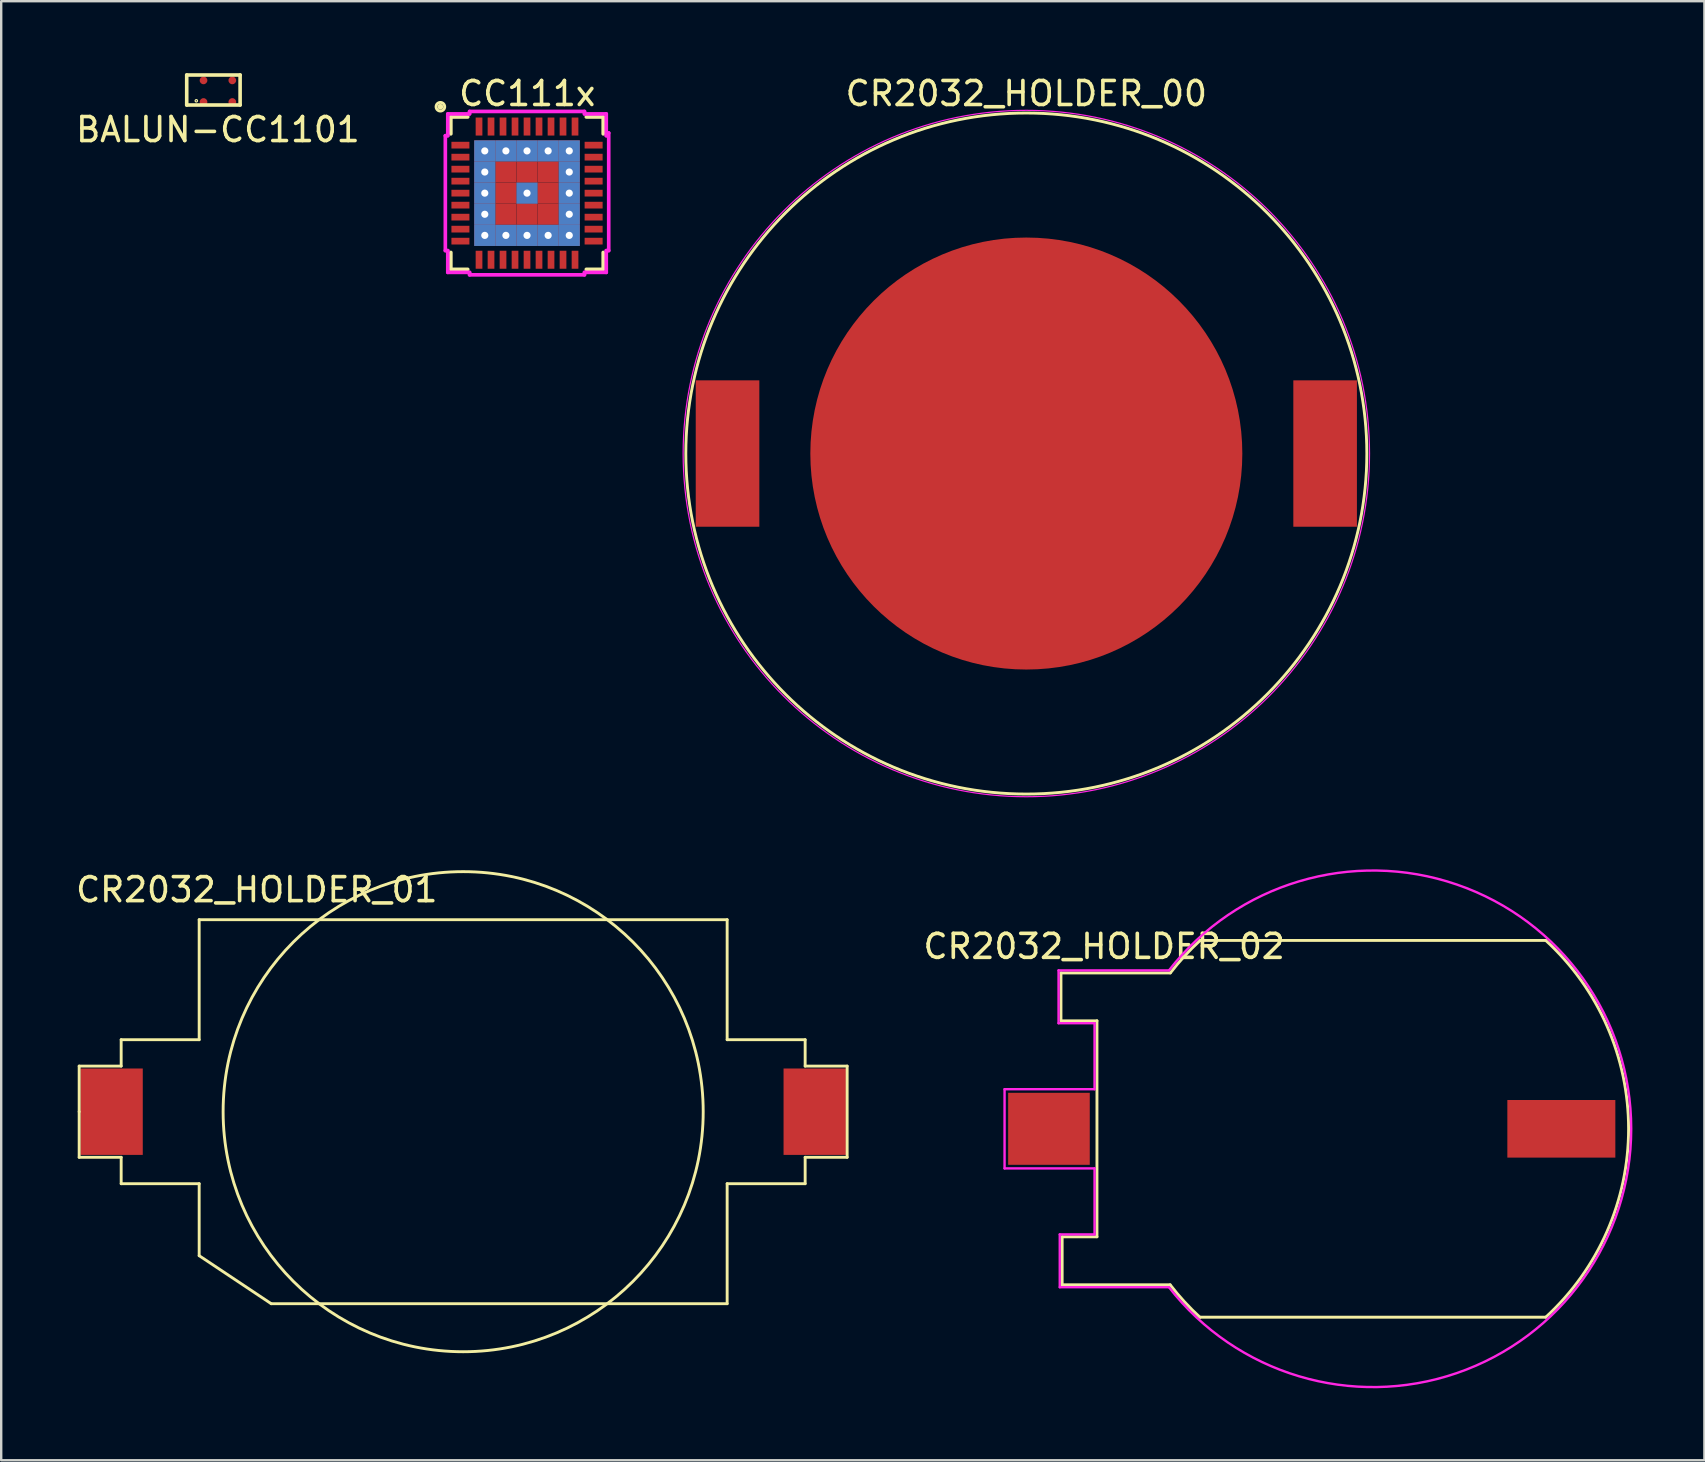
<source format=kicad_pcb>
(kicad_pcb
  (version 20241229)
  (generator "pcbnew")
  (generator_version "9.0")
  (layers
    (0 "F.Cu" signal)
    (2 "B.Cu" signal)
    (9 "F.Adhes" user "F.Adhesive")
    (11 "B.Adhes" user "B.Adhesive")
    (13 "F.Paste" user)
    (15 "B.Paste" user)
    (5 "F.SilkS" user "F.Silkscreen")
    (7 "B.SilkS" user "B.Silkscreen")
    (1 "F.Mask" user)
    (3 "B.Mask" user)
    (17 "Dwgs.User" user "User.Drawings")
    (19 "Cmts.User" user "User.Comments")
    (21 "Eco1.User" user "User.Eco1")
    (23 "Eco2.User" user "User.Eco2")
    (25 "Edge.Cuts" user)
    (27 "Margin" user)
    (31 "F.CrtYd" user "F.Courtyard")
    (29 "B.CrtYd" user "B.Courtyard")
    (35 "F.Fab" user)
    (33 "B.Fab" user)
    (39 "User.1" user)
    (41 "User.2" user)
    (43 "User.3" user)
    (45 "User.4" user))
  (footprint "CR2032_HOLDER_00"
    (layer "F.Cu")
    (at 39.715 15.848)
    (property "Reference" "CR2032_HOLDER_00" (at 0 -15 0) (layer "F.SilkS") (effects (font (size 1 1) (thickness 0.15))))
    (attr through_hole)
    (fp_circle (center 0 0) (end -13.75 -3.5) (stroke (width 0.12) (type solid)) (fill no) (layer "F.SilkS"))
    (fp_circle (center 0 0) (end 14.3 0) (stroke (width 0.05) (type solid)) (fill no) (layer "F.CrtYd"))
    (pad "1" smd trapezoid (at -12.45 0) (size 2.65 6.1) (layers "F.Cu" "F.Mask" "F.Paste"))
    (pad "1" smd trapezoid (at 12.45 0) (size 2.65 6.1) (layers "F.Cu" "F.Mask" "F.Paste"))
    (pad "2" smd circle (at 0 0) (size 18 18) (layers "F.Cu" "F.Mask")))
  (footprint "CR2032_HOLDER_01"
    (layer "F.Cu")
    (at 16.249 43.272)
    (property "Reference" "CR2032_HOLDER_01" (at -8.6 -9.25 180) (layer "F.SilkS") (effects (font (size 1 1) (thickness 0.15))))
    (attr through_hole)
    (fp_line (start -16 -1.9) (end -14.25 -1.9) (stroke (width 0.12) (type solid)) (layer "F.SilkS"))
    (fp_line (start -16 0) (end -16 -1.9) (stroke (width 0.12) (type solid)) (layer "F.SilkS"))
    (fp_line (start -16 0) (end -16 1.9) (stroke (width 0.12) (type solid)) (layer "F.SilkS"))
    (fp_line (start -16 1.9) (end -14.25 1.9) (stroke (width 0.12) (type solid)) (layer "F.SilkS"))
    (fp_line (start -14.25 -3) (end -11 -3) (stroke (width 0.12) (type solid)) (layer "F.SilkS"))
    (fp_line (start -14.25 -1.9) (end -14.25 -3) (stroke (width 0.12) (type solid)) (layer "F.SilkS"))
    (fp_line (start -14.25 1.9) (end -14.25 3) (stroke (width 0.12) (type solid)) (layer "F.SilkS"))
    (fp_line (start -14.25 3) (end -11 3) (stroke (width 0.12) (type solid)) (layer "F.SilkS"))
    (fp_line (start -11 -8) (end 11 -8) (stroke (width 0.12) (type solid)) (layer "F.SilkS"))
    (fp_line (start -11 -3) (end -11 -8) (stroke (width 0.12) (type solid)) (layer "F.SilkS"))
    (fp_line (start -11 3) (end -11 6) (stroke (width 0.12) (type solid)) (layer "F.SilkS"))
    (fp_line (start -8 8) (end -11 6) (stroke (width 0.12) (type solid)) (layer "F.SilkS"))
    (fp_line (start 11 -8) (end 11 -3) (stroke (width 0.12) (type solid)) (layer "F.SilkS"))
    (fp_line (start 11 -3) (end 14.25 -3) (stroke (width 0.12) (type solid)) (layer "F.SilkS"))
    (fp_line (start 11 3) (end 11 8) (stroke (width 0.12) (type solid)) (layer "F.SilkS"))
    (fp_line (start 11 8) (end -8 8) (stroke (width 0.12) (type solid)) (layer "F.SilkS"))
    (fp_line (start 14.25 -3) (end 14.25 -1.9) (stroke (width 0.12) (type solid)) (layer "F.SilkS"))
    (fp_line (start 14.25 -1.9) (end 16 -1.9) (stroke (width 0.12) (type solid)) (layer "F.SilkS"))
    (fp_line (start 14.25 1.9) (end 14.25 3) (stroke (width 0.12) (type solid)) (layer "F.SilkS"))
    (fp_line (start 14.25 3) (end 11 3) (stroke (width 0.12) (type solid)) (layer "F.SilkS"))
    (fp_line (start 16 -1.9) (end 16 1.9) (stroke (width 0.12) (type solid)) (layer "F.SilkS"))
    (fp_line (start 16 1.9) (end 14.25 1.9) (stroke (width 0.12) (type solid)) (layer "F.SilkS"))
    (fp_circle (center 0 0) (end -0.2 10) (stroke (width 0.12) (type solid)) (fill no) (layer "F.SilkS"))
    (pad "1" smd trapezoid (at -14.65 0 180) (size 2.6 3.6) (layers "F.Cu" "F.Mask" "F.Paste"))
    (pad "2" smd trapezoid (at 14.65 0 180) (size 2.6 3.6) (layers "F.Cu" "F.Mask" "F.Paste")))
  (footprint "CR2032_HOLDER_02"
    (layer "F.Cu")
    (at 54.158 43.985)
    (property "Reference" "CR2032_HOLDER_02" (at -11.2 -7.6 180) (layer "F.SilkS") (effects (font (size 1 1) (thickness 0.15))))
    (attr through_hole)
    (fp_line (start -13 -4.55) (end -13 -6.495) (stroke (width 0.12) (type solid)) (layer "F.SilkS"))
    (fp_line (start -12.95 4.5) (end -11.5 4.5) (stroke (width 0.12) (type solid)) (layer "F.SilkS"))
    (fp_line (start -12.95 6.5) (end -12.95 4.5) (stroke (width 0.12) (type solid)) (layer "F.SilkS"))
    (fp_line (start -11.5 -4.5) (end -13 -4.5) (stroke (width 0.12) (type solid)) (layer "F.SilkS"))
    (fp_line (start -11.5 4.5) (end -11.5 -4.5) (stroke (width 0.12) (type solid)) (layer "F.SilkS"))
    (fp_line (start -8.45 6.5) (end -12.95 6.5) (stroke (width 0.12) (type solid)) (layer "F.SilkS"))
    (fp_line (start -8.443 -6.495) (end -13 -6.495) (stroke (width 0.12) (type solid)) (layer "F.SilkS"))
    (fp_line (start -7.2 -7.85) (end 7.2 -7.85) (stroke (width 0.12) (type solid)) (layer "F.SilkS"))
    (fp_line (start 7.2 7.85) (end -7.2 7.85) (stroke (width 0.12) (type solid)) (layer "F.SilkS"))
    (fp_arc (start -8.442933 -6.494564) (mid -7.850773 -7.199156) (end -7.199999 -7.849999) (stroke (width 0.12) (type solid)) (layer "F.SilkS"))
    (fp_arc (start -7.206025 7.856569) (mid -7.857343 7.205181) (end -8.449999 6.499999) (stroke (width 0.12) (type solid)) (layer "F.SilkS"))
    (fp_arc (start 7.199999 -7.849999) (mid 10.651876 0) (end 7.199999 7.849999) (stroke (width 0.12) (type solid)) (layer "F.SilkS"))
    (fp_line (start -15.35 -1.65) (end -15.35 1.65) (stroke (width 0.1) (type solid)) (layer "F.CrtYd"))
    (fp_line (start -15.35 1.65) (end -11.6 1.65) (stroke (width 0.1) (type solid)) (layer "F.CrtYd"))
    (fp_line (start -13.1 -6.6) (end -13.1 -4.4) (stroke (width 0.1) (type solid)) (layer "F.CrtYd"))
    (fp_line (start -13.1 -4.4) (end -11.6 -4.4) (stroke (width 0.1) (type solid)) (layer "F.CrtYd"))
    (fp_line (start -13.05 4.4) (end -13.05 6.6) (stroke (width 0.1) (type solid)) (layer "F.CrtYd"))
    (fp_line (start -13.05 6.6) (end -8.5 6.6) (stroke (width 0.1) (type solid)) (layer "F.CrtYd"))
    (fp_line (start -11.6 -4.4) (end -11.6 -1.65) (stroke (width 0.1) (type solid)) (layer "F.CrtYd"))
    (fp_line (start -11.6 -1.65) (end -15.35 -1.65) (stroke (width 0.1) (type solid)) (layer "F.CrtYd"))
    (fp_line (start -11.6 1.65) (end -11.6 4.4) (stroke (width 0.1) (type solid)) (layer "F.CrtYd"))
    (fp_line (start -11.6 4.4) (end -13.05 4.4) (stroke (width 0.1) (type solid)) (layer "F.CrtYd"))
    (fp_line (start -8.5 -6.6) (end -13.1 -6.6) (stroke (width 0.1) (type solid)) (layer "F.CrtYd"))
    (fp_arc (start -8.494994 -6.60644) (mid 10.761503 0.004078) (end -8.499999 6.599999) (stroke (width 0.1) (type solid)) (layer "F.CrtYd"))
    (pad "1" smd trapezoid (at -13.5 0 180) (size 3.4 3) (layers "F.Cu" "F.Mask" "F.Paste"))
    (pad "2" smd trapezoid (at 7.85 0 180) (size 4.5 2.4) (layers "F.Cu" "F.Mask" "F.Paste")))
  (footprint "CC111x"
    (layer "F.Cu")
    (at 18.91 4.998)
    (property "Reference" "CC111x" (at 0.01 -4.15 0) (layer "F.SilkS") (effects (font (size 1 1) (thickness 0.15))))
    (attr through_hole)
    (fp_line (start -3.175 -3.175) (end -3.175 -2.471) (stroke (width 0.152) (type solid)) (layer "F.SilkS"))
    (fp_line (start -3.175 2.471) (end -3.175 3.175) (stroke (width 0.152) (type solid)) (layer "F.SilkS"))
    (fp_line (start -3.175 3.175) (end -2.471 3.175) (stroke (width 0.152) (type solid)) (layer "F.SilkS"))
    (fp_line (start -2.471 -3.175) (end -3.175 -3.175) (stroke (width 0.152) (type solid)) (layer "F.SilkS"))
    (fp_line (start 2.471 3.175) (end 3.175 3.175) (stroke (width 0.152) (type solid)) (layer "F.SilkS"))
    (fp_line (start 3.175 -3.175) (end 2.471 -3.175) (stroke (width 0.152) (type solid)) (layer "F.SilkS"))
    (fp_line (start 3.175 -2.471) (end 3.175 -3.175) (stroke (width 0.152) (type solid)) (layer "F.SilkS"))
    (fp_line (start 3.175 3.175) (end 3.175 2.471) (stroke (width 0.152) (type solid)) (layer "F.SilkS"))
    (fp_circle (center -3.61 -3.6) (end -3.62 -3.78) (stroke (width 0.12) (type solid)) (fill no) (layer "F.SilkS"))
    (fp_circle (center -3.61 -3.6) (end -3.62 -3.66) (stroke (width 0.12) (type solid)) (fill no) (layer "F.SilkS"))
    (fp_line (start -3.404 -2.394) (end -3.302 -2.394) (stroke (width 0.152) (type solid)) (layer "F.CrtYd"))
    (fp_line (start -3.404 2.394) (end -3.404 -2.394) (stroke (width 0.152) (type solid)) (layer "F.CrtYd"))
    (fp_line (start -3.302 -3.302) (end -2.394 -3.302) (stroke (width 0.152) (type solid)) (layer "F.CrtYd"))
    (fp_line (start -3.302 -2.394) (end -3.302 -3.302) (stroke (width 0.152) (type solid)) (layer "F.CrtYd"))
    (fp_line (start -3.302 2.394) (end -3.404 2.394) (stroke (width 0.152) (type solid)) (layer "F.CrtYd"))
    (fp_line (start -3.302 3.302) (end -3.302 2.394) (stroke (width 0.152) (type solid)) (layer "F.CrtYd"))
    (fp_line (start -2.394 -3.404) (end 2.394 -3.404) (stroke (width 0.152) (type solid)) (layer "F.CrtYd"))
    (fp_line (start -2.394 -3.302) (end -2.394 -3.404) (stroke (width 0.152) (type solid)) (layer "F.CrtYd"))
    (fp_line (start -2.394 3.302) (end -3.302 3.302) (stroke (width 0.152) (type solid)) (layer "F.CrtYd"))
    (fp_line (start -2.394 3.404) (end -2.394 3.302) (stroke (width 0.152) (type solid)) (layer "F.CrtYd"))
    (fp_line (start 2.394 -3.404) (end 2.394 -3.302) (stroke (width 0.152) (type solid)) (layer "F.CrtYd"))
    (fp_line (start 2.394 -3.302) (end 3.302 -3.302) (stroke (width 0.152) (type solid)) (layer "F.CrtYd"))
    (fp_line (start 2.394 3.302) (end 2.394 3.404) (stroke (width 0.152) (type solid)) (layer "F.CrtYd"))
    (fp_line (start 2.394 3.404) (end -2.394 3.404) (stroke (width 0.152) (type solid)) (layer "F.CrtYd"))
    (fp_line (start 3.302 -3.302) (end 3.302 -2.394) (stroke (width 0.152) (type solid)) (layer "F.CrtYd"))
    (fp_line (start 3.302 -2.394) (end 3.404 -2.508) (stroke (width 0.152) (type solid)) (layer "F.CrtYd"))
    (fp_line (start 3.302 2.394) (end 3.302 3.302) (stroke (width 0.152) (type solid)) (layer "F.CrtYd"))
    (fp_line (start 3.302 3.302) (end 2.394 3.302) (stroke (width 0.152) (type solid)) (layer "F.CrtYd"))
    (fp_line (start 3.404 -2.508) (end 3.404 2.394) (stroke (width 0.152) (type solid)) (layer "F.CrtYd"))
    (fp_line (start 3.404 2.394) (end 3.302 2.394) (stroke (width 0.152) (type solid)) (layer "F.CrtYd"))
    (pad "1" smd rect (at -2.775 -2) (size 0.75 0.28) (layers "F.Cu" "F.Mask" "F.Paste"))
    (pad "2" smd rect (at -2.775 -1.5) (size 0.75 0.28) (layers "F.Cu" "F.Mask" "F.Paste"))
    (pad "3" smd rect (at -2.775 -1) (size 0.75 0.28) (layers "F.Cu" "F.Mask" "F.Paste"))
    (pad "4" smd rect (at -2.775 -0.5) (size 0.75 0.28) (layers "F.Cu" "F.Mask" "F.Paste"))
    (pad "5" smd rect (at -2.775 0) (size 0.75 0.28) (layers "F.Cu" "F.Mask" "F.Paste"))
    (pad "6" smd rect (at -2.775 0.5) (size 0.75 0.28) (layers "F.Cu" "F.Mask" "F.Paste"))
    (pad "7" smd rect (at -2.775 1) (size 0.75 0.28) (layers "F.Cu" "F.Mask" "F.Paste"))
    (pad "8" smd rect (at -2.775 1.5) (size 0.75 0.28) (layers "F.Cu" "F.Mask" "F.Paste"))
    (pad "9" smd rect (at -2.775 2) (size 0.75 0.28) (layers "F.Cu" "F.Mask" "F.Paste"))
    (pad "10" smd rect (at -2 2.775 90) (size 0.75 0.28) (layers "F.Cu" "F.Mask" "F.Paste"))
    (pad "11" smd rect (at -1.5 2.775 90) (size 0.75 0.28) (layers "F.Cu" "F.Mask" "F.Paste"))
    (pad "12" smd rect (at -1 2.775 90) (size 0.75 0.28) (layers "F.Cu" "F.Mask" "F.Paste"))
    (pad "13" smd rect (at -0.5 2.775 90) (size 0.75 0.28) (layers "F.Cu" "F.Mask" "F.Paste"))
    (pad "14" smd rect (at 0 2.775 90) (size 0.75 0.28) (layers "F.Cu" "F.Mask" "F.Paste"))
    (pad "15" smd rect (at 0.5 2.775 90) (size 0.75 0.28) (layers "F.Cu" "F.Mask" "F.Paste"))
    (pad "16" smd rect (at 1 2.775 90) (size 0.75 0.28) (layers "F.Cu" "F.Mask" "F.Paste"))
    (pad "17" smd rect (at 1.5 2.775 90) (size 0.75 0.28) (layers "F.Cu" "F.Mask" "F.Paste"))
    (pad "18" smd rect (at 2 2.775 90) (size 0.75 0.28) (layers "F.Cu" "F.Mask" "F.Paste"))
    (pad "19" smd rect (at 2.775 2) (size 0.75 0.28) (layers "F.Cu" "F.Mask" "F.Paste"))
    (pad "20" smd rect (at 2.775 1.5) (size 0.75 0.28) (layers "F.Cu" "F.Mask" "F.Paste"))
    (pad "21" smd rect (at 2.775 1) (size 0.75 0.28) (layers "F.Cu" "F.Mask" "F.Paste"))
    (pad "22" smd rect (at 2.775 0.5) (size 0.75 0.28) (layers "F.Cu" "F.Mask" "F.Paste"))
    (pad "23" smd rect (at 2.775 0) (size 0.75 0.28) (layers "F.Cu" "F.Mask" "F.Paste"))
    (pad "24" smd rect (at 2.775 -0.5) (size 0.75 0.28) (layers "F.Cu" "F.Mask" "F.Paste"))
    (pad "25" smd rect (at 2.775 -1) (size 0.75 0.28) (layers "F.Cu" "F.Mask" "F.Paste"))
    (pad "26" smd rect (at 2.775 -1.5) (size 0.75 0.28) (layers "F.Cu" "F.Mask" "F.Paste"))
    (pad "27" smd rect (at 2.775 -2) (size 0.75 0.28) (layers "F.Cu" "F.Mask" "F.Paste"))
    (pad "28" smd rect (at 2 -2.775 90) (size 0.75 0.28) (layers "F.Cu" "F.Mask" "F.Paste"))
    (pad "29" smd rect (at 1.5 -2.775 90) (size 0.75 0.28) (layers "F.Cu" "F.Mask" "F.Paste"))
    (pad "30" smd rect (at 1 -2.775 90) (size 0.75 0.28) (layers "F.Cu" "F.Mask" "F.Paste"))
    (pad "31" smd rect (at 0.5 -2.775 90) (size 0.75 0.28) (layers "F.Cu" "F.Mask" "F.Paste"))
    (pad "32" smd rect (at 0 -2.775 90) (size 0.75 0.28) (layers "F.Cu" "F.Mask" "F.Paste"))
    (pad "33" smd rect (at -0.5 -2.775 90) (size 0.75 0.28) (layers "F.Cu" "F.Mask" "F.Paste"))
    (pad "34" smd rect (at -1 -2.775 90) (size 0.75 0.28) (layers "F.Cu" "F.Mask" "F.Paste"))
    (pad "35" smd rect (at -1.5 -2.775 90) (size 0.75 0.28) (layers "F.Cu" "F.Mask" "F.Paste"))
    (pad "36" smd rect (at -2 -2.775 90) (size 0.75 0.28) (layers "F.Cu" "F.Mask" "F.Paste"))
    (pad "37" thru_hole rect (at -1.76 -1.76) (size 0.88 0.88) (drill 0.3) (layers "*.Cu"))
    (pad "37" thru_hole rect (at -1.76 -0.88) (size 0.88 0.88) (drill 0.3) (layers "*.Cu"))
    (pad "37" thru_hole rect (at -1.76 0) (size 0.88 0.88) (drill 0.3) (layers "*.Cu"))
    (pad "37" thru_hole rect (at -1.76 0.88) (size 0.88 0.88) (drill 0.3) (layers "*.Cu"))
    (pad "37" thru_hole rect (at -1.76 1.76) (size 0.88 0.88) (drill 0.3) (layers "*.Cu"))
    (pad "37" thru_hole rect (at -0.88 -1.76) (size 0.88 0.88) (drill 0.3) (layers "*.Cu"))
    (pad "37" smd rect (at -0.88 -0.88) (size 0.88 0.88) (layers "F.Cu" "F.Mask" "F.Paste"))
    (pad "37" smd rect (at -0.88 0) (size 0.88 0.88) (layers "F.Cu" "F.Mask" "F.Paste"))
    (pad "37" smd rect (at -0.88 0.88) (size 0.88 0.88) (layers "F.Cu" "F.Mask" "F.Paste"))
    (pad "37" thru_hole rect (at -0.88 1.76) (size 0.88 0.88) (drill 0.3) (layers "*.Cu"))
    (pad "37" thru_hole rect (at 0 -1.76) (size 0.88 0.88) (drill 0.3) (layers "*.Cu"))
    (pad "37" smd rect (at 0 -0.88) (size 0.88 0.88) (layers "F.Cu" "F.Mask" "F.Paste"))
    (pad "37" thru_hole rect (at 0 0) (size 0.88 0.88) (drill 0.3) (layers "*.Cu"))
    (pad "37" smd rect (at 0 0.88) (size 0.88 0.88) (layers "F.Cu" "F.Mask" "F.Paste"))
    (pad "37" thru_hole rect (at 0 1.76) (size 0.88 0.88) (drill 0.3) (layers "*.Cu"))
    (pad "37" thru_hole rect (at 0.88 -1.76) (size 0.88 0.88) (drill 0.3) (layers "*.Cu"))
    (pad "37" smd rect (at 0.88 -0.88) (size 0.88 0.88) (layers "F.Cu" "F.Mask" "F.Paste"))
    (pad "37" smd rect (at 0.88 0) (size 0.88 0.88) (layers "F.Cu" "F.Mask" "F.Paste"))
    (pad "37" smd trapezoid (at 0.88 0.88) (size 0.88 0.88) (layers "F.Cu" "F.Mask" "F.Paste"))
    (pad "37" thru_hole rect (at 0.88 1.76) (size 0.88 0.88) (drill 0.3) (layers "*.Cu"))
    (pad "37" thru_hole rect (at 1.76 -1.76) (size 0.88 0.88) (drill 0.3) (layers "*.Cu"))
    (pad "37" thru_hole rect (at 1.76 -0.88) (size 0.88 0.88) (drill 0.3) (layers "*.Cu"))
    (pad "37" thru_hole rect (at 1.76 0) (size 0.88 0.88) (drill 0.3) (layers "*.Cu"))
    (pad "37" thru_hole rect (at 1.76 0.88) (size 0.88 0.88) (drill 0.3) (layers "*.Cu"))
    (pad "37" thru_hole rect (at 1.76 1.76) (size 0.88 0.88) (drill 0.3) (layers "*.Cu")))
  (footprint "BALUN-CC1101"
    (layer "F.Cu")
    (at 6.03 0.75)
    (property "Reference" "BALUN-CC1101" (at 0 1.6 0) (layer "F.SilkS") (effects (font (size 1 1) (thickness 0.15))))
    (attr through_hole)
    (fp_line (start -1.3 -0.675) (end 0.925 -0.675) (stroke (width 0.15) (type solid)) (layer "F.SilkS"))
    (fp_line (start -1.3 0.575) (end -1.3 -0.675) (stroke (width 0.15) (type solid)) (layer "F.SilkS"))
    (fp_line (start 0.925 -0.675) (end 0.925 0.575) (stroke (width 0.15) (type solid)) (layer "F.SilkS"))
    (fp_line (start 0.925 0.575) (end -1.3 0.575) (stroke (width 0.15) (type solid)) (layer "F.SilkS"))
    (fp_circle (center -0.9 0.4) (end -0.85 0.4) (stroke (width 0.05) (type solid)) (fill no) (layer "F.SilkS"))
    (pad "1" smd circle (at -0.6 0.45) (size 0.32 0.32) (layers "F.Cu" "F.Mask" "F.Paste"))
    (pad "2" smd circle (at 0.6 0.45) (size 0.32 0.32) (layers "F.Cu" "F.Mask" "F.Paste"))
    (pad "3" smd circle (at 0.6 -0.45) (size 0.32 0.32) (layers "F.Cu" "F.Mask" "F.Paste"))
    (pad "4" smd circle (at -0.6 -0.45) (size 0.32 0.32) (layers "F.Cu" "F.Mask" "F.Paste")))
  (gr_rect
    (start -3 -3)
    (end 67.969 57.797)
    (stroke (width 0.1) (type default))
    (fill no)
    (layer "Edge.Cuts")))
</source>
